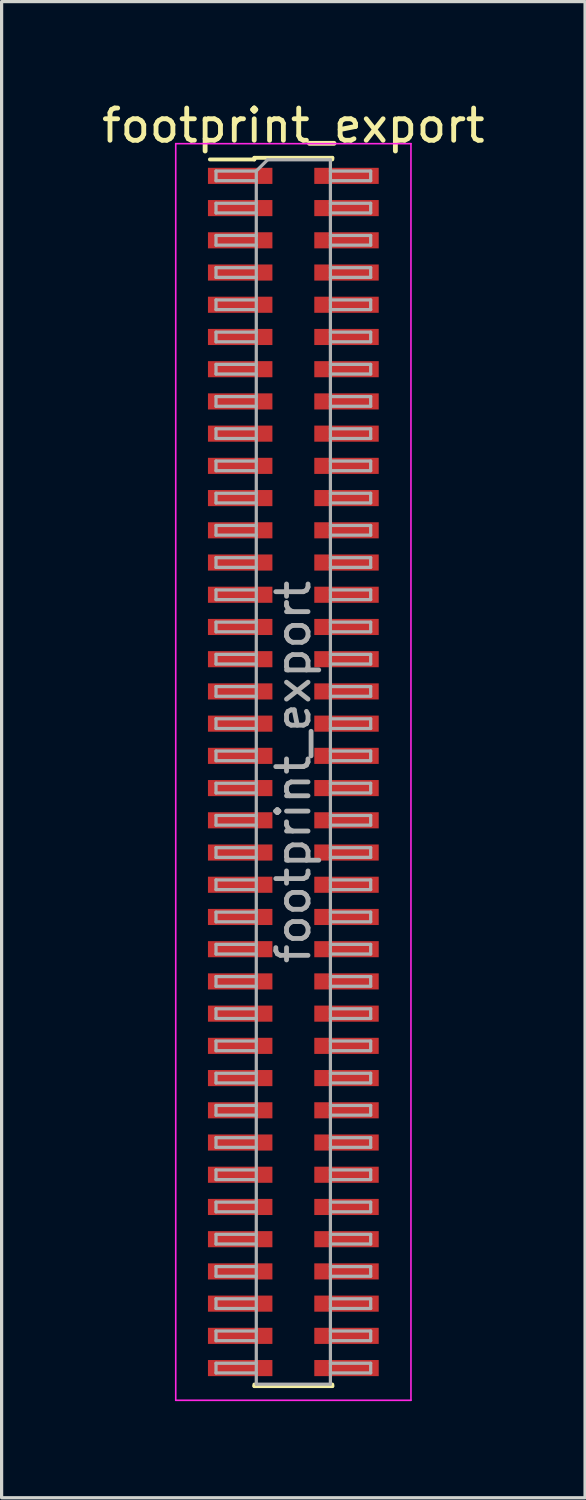
<source format=kicad_pcb>
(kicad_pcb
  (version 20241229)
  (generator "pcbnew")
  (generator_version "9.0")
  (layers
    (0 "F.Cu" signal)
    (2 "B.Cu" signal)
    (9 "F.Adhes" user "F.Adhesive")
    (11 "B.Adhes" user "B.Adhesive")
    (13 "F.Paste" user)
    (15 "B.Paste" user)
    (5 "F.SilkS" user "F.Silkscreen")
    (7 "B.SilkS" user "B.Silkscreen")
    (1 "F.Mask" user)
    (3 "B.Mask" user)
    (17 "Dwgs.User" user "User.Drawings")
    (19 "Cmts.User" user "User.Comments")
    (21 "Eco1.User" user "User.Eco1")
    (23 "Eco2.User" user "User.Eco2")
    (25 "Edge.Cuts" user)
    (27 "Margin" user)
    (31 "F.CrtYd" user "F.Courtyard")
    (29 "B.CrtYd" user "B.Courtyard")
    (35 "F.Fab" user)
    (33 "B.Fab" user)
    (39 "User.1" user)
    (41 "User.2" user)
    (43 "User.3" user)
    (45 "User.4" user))
  (footprint "footprint_export"
    (layer "F.Cu")
    (at 6.054 20.908)
    (property "Reference" "footprint_export" (at 0 -20.06 0) (layer "F.SilkS") (effects (font (size 1 1) (thickness 0.15))))
    (attr smd)
    (fp_line (start -2.59 -19.01) (end -1.21 -19.01) (stroke (width 0.12) (type solid)) (layer "F.SilkS"))
    (fp_line (start -1.21 -19.06) (end -1.21 -19.01) (stroke (width 0.12) (type solid)) (layer "F.SilkS"))
    (fp_line (start -1.21 -19.06) (end 1.21 -19.06) (stroke (width 0.12) (type solid)) (layer "F.SilkS"))
    (fp_line (start -1.21 19.01) (end -1.21 19.06) (stroke (width 0.12) (type solid)) (layer "F.SilkS"))
    (fp_line (start -1.21 19.06) (end 1.21 19.06) (stroke (width 0.12) (type solid)) (layer "F.SilkS"))
    (fp_line (start 1.21 -19.06) (end 1.21 -19.01) (stroke (width 0.12) (type solid)) (layer "F.SilkS"))
    (fp_line (start 1.21 19.01) (end 1.21 19.06) (stroke (width 0.12) (type solid)) (layer "F.SilkS"))
    (fp_line (start -3.65 -19.5) (end -3.65 19.5) (stroke (width 0.05) (type solid)) (layer "F.CrtYd"))
    (fp_line (start -3.65 19.5) (end 3.65 19.5) (stroke (width 0.05) (type solid)) (layer "F.CrtYd"))
    (fp_line (start 3.65 -19.5) (end -3.65 -19.5) (stroke (width 0.05) (type solid)) (layer "F.CrtYd"))
    (fp_line (start 3.65 19.5) (end 3.65 -19.5) (stroke (width 0.05) (type solid)) (layer "F.CrtYd"))
    (fp_line (start -2.4 -18.65) (end -2.4 -18.35) (stroke (width 0.1) (type solid)) (layer "F.Fab"))
    (fp_line (start -2.4 -18.35) (end -1.15 -18.35) (stroke (width 0.1) (type solid)) (layer "F.Fab"))
    (fp_line (start -2.4 -17.65) (end -2.4 -17.35) (stroke (width 0.1) (type solid)) (layer "F.Fab"))
    (fp_line (start -2.4 -17.35) (end -1.15 -17.35) (stroke (width 0.1) (type solid)) (layer "F.Fab"))
    (fp_line (start -2.4 -16.65) (end -2.4 -16.35) (stroke (width 0.1) (type solid)) (layer "F.Fab"))
    (fp_line (start -2.4 -16.35) (end -1.15 -16.35) (stroke (width 0.1) (type solid)) (layer "F.Fab"))
    (fp_line (start -2.4 -15.65) (end -2.4 -15.35) (stroke (width 0.1) (type solid)) (layer "F.Fab"))
    (fp_line (start -2.4 -15.35) (end -1.15 -15.35) (stroke (width 0.1) (type solid)) (layer "F.Fab"))
    (fp_line (start -2.4 -14.65) (end -2.4 -14.35) (stroke (width 0.1) (type solid)) (layer "F.Fab"))
    (fp_line (start -2.4 -14.35) (end -1.15 -14.35) (stroke (width 0.1) (type solid)) (layer "F.Fab"))
    (fp_line (start -2.4 -13.65) (end -2.4 -13.35) (stroke (width 0.1) (type solid)) (layer "F.Fab"))
    (fp_line (start -2.4 -13.35) (end -1.15 -13.35) (stroke (width 0.1) (type solid)) (layer "F.Fab"))
    (fp_line (start -2.4 -12.65) (end -2.4 -12.35) (stroke (width 0.1) (type solid)) (layer "F.Fab"))
    (fp_line (start -2.4 -12.35) (end -1.15 -12.35) (stroke (width 0.1) (type solid)) (layer "F.Fab"))
    (fp_line (start -2.4 -11.65) (end -2.4 -11.35) (stroke (width 0.1) (type solid)) (layer "F.Fab"))
    (fp_line (start -2.4 -11.35) (end -1.15 -11.35) (stroke (width 0.1) (type solid)) (layer "F.Fab"))
    (fp_line (start -2.4 -10.65) (end -2.4 -10.35) (stroke (width 0.1) (type solid)) (layer "F.Fab"))
    (fp_line (start -2.4 -10.35) (end -1.15 -10.35) (stroke (width 0.1) (type solid)) (layer "F.Fab"))
    (fp_line (start -2.4 -9.65) (end -2.4 -9.35) (stroke (width 0.1) (type solid)) (layer "F.Fab"))
    (fp_line (start -2.4 -9.35) (end -1.15 -9.35) (stroke (width 0.1) (type solid)) (layer "F.Fab"))
    (fp_line (start -2.4 -8.65) (end -2.4 -8.35) (stroke (width 0.1) (type solid)) (layer "F.Fab"))
    (fp_line (start -2.4 -8.35) (end -1.15 -8.35) (stroke (width 0.1) (type solid)) (layer "F.Fab"))
    (fp_line (start -2.4 -7.65) (end -2.4 -7.35) (stroke (width 0.1) (type solid)) (layer "F.Fab"))
    (fp_line (start -2.4 -7.35) (end -1.15 -7.35) (stroke (width 0.1) (type solid)) (layer "F.Fab"))
    (fp_line (start -2.4 -6.65) (end -2.4 -6.35) (stroke (width 0.1) (type solid)) (layer "F.Fab"))
    (fp_line (start -2.4 -6.35) (end -1.15 -6.35) (stroke (width 0.1) (type solid)) (layer "F.Fab"))
    (fp_line (start -2.4 -5.65) (end -2.4 -5.35) (stroke (width 0.1) (type solid)) (layer "F.Fab"))
    (fp_line (start -2.4 -5.35) (end -1.15 -5.35) (stroke (width 0.1) (type solid)) (layer "F.Fab"))
    (fp_line (start -2.4 -4.65) (end -2.4 -4.35) (stroke (width 0.1) (type solid)) (layer "F.Fab"))
    (fp_line (start -2.4 -4.35) (end -1.15 -4.35) (stroke (width 0.1) (type solid)) (layer "F.Fab"))
    (fp_line (start -2.4 -3.65) (end -2.4 -3.35) (stroke (width 0.1) (type solid)) (layer "F.Fab"))
    (fp_line (start -2.4 -3.35) (end -1.15 -3.35) (stroke (width 0.1) (type solid)) (layer "F.Fab"))
    (fp_line (start -2.4 -2.65) (end -2.4 -2.35) (stroke (width 0.1) (type solid)) (layer "F.Fab"))
    (fp_line (start -2.4 -2.35) (end -1.15 -2.35) (stroke (width 0.1) (type solid)) (layer "F.Fab"))
    (fp_line (start -2.4 -1.65) (end -2.4 -1.35) (stroke (width 0.1) (type solid)) (layer "F.Fab"))
    (fp_line (start -2.4 -1.35) (end -1.15 -1.35) (stroke (width 0.1) (type solid)) (layer "F.Fab"))
    (fp_line (start -2.4 -0.65) (end -2.4 -0.35) (stroke (width 0.1) (type solid)) (layer "F.Fab"))
    (fp_line (start -2.4 -0.35) (end -1.15 -0.35) (stroke (width 0.1) (type solid)) (layer "F.Fab"))
    (fp_line (start -2.4 0.35) (end -2.4 0.65) (stroke (width 0.1) (type solid)) (layer "F.Fab"))
    (fp_line (start -2.4 0.65) (end -1.15 0.65) (stroke (width 0.1) (type solid)) (layer "F.Fab"))
    (fp_line (start -2.4 1.35) (end -2.4 1.65) (stroke (width 0.1) (type solid)) (layer "F.Fab"))
    (fp_line (start -2.4 1.65) (end -1.15 1.65) (stroke (width 0.1) (type solid)) (layer "F.Fab"))
    (fp_line (start -2.4 2.35) (end -2.4 2.65) (stroke (width 0.1) (type solid)) (layer "F.Fab"))
    (fp_line (start -2.4 2.65) (end -1.15 2.65) (stroke (width 0.1) (type solid)) (layer "F.Fab"))
    (fp_line (start -2.4 3.35) (end -2.4 3.65) (stroke (width 0.1) (type solid)) (layer "F.Fab"))
    (fp_line (start -2.4 3.65) (end -1.15 3.65) (stroke (width 0.1) (type solid)) (layer "F.Fab"))
    (fp_line (start -2.4 4.35) (end -2.4 4.65) (stroke (width 0.1) (type solid)) (layer "F.Fab"))
    (fp_line (start -2.4 4.65) (end -1.15 4.65) (stroke (width 0.1) (type solid)) (layer "F.Fab"))
    (fp_line (start -2.4 5.35) (end -2.4 5.65) (stroke (width 0.1) (type solid)) (layer "F.Fab"))
    (fp_line (start -2.4 5.65) (end -1.15 5.65) (stroke (width 0.1) (type solid)) (layer "F.Fab"))
    (fp_line (start -2.4 6.35) (end -2.4 6.65) (stroke (width 0.1) (type solid)) (layer "F.Fab"))
    (fp_line (start -2.4 6.65) (end -1.15 6.65) (stroke (width 0.1) (type solid)) (layer "F.Fab"))
    (fp_line (start -2.4 7.35) (end -2.4 7.65) (stroke (width 0.1) (type solid)) (layer "F.Fab"))
    (fp_line (start -2.4 7.65) (end -1.15 7.65) (stroke (width 0.1) (type solid)) (layer "F.Fab"))
    (fp_line (start -2.4 8.35) (end -2.4 8.65) (stroke (width 0.1) (type solid)) (layer "F.Fab"))
    (fp_line (start -2.4 8.65) (end -1.15 8.65) (stroke (width 0.1) (type solid)) (layer "F.Fab"))
    (fp_line (start -2.4 9.35) (end -2.4 9.65) (stroke (width 0.1) (type solid)) (layer "F.Fab"))
    (fp_line (start -2.4 9.65) (end -1.15 9.65) (stroke (width 0.1) (type solid)) (layer "F.Fab"))
    (fp_line (start -2.4 10.35) (end -2.4 10.65) (stroke (width 0.1) (type solid)) (layer "F.Fab"))
    (fp_line (start -2.4 10.65) (end -1.15 10.65) (stroke (width 0.1) (type solid)) (layer "F.Fab"))
    (fp_line (start -2.4 11.35) (end -2.4 11.65) (stroke (width 0.1) (type solid)) (layer "F.Fab"))
    (fp_line (start -2.4 11.65) (end -1.15 11.65) (stroke (width 0.1) (type solid)) (layer "F.Fab"))
    (fp_line (start -2.4 12.35) (end -2.4 12.65) (stroke (width 0.1) (type solid)) (layer "F.Fab"))
    (fp_line (start -2.4 12.65) (end -1.15 12.65) (stroke (width 0.1) (type solid)) (layer "F.Fab"))
    (fp_line (start -2.4 13.35) (end -2.4 13.65) (stroke (width 0.1) (type solid)) (layer "F.Fab"))
    (fp_line (start -2.4 13.65) (end -1.15 13.65) (stroke (width 0.1) (type solid)) (layer "F.Fab"))
    (fp_line (start -2.4 14.35) (end -2.4 14.65) (stroke (width 0.1) (type solid)) (layer "F.Fab"))
    (fp_line (start -2.4 14.65) (end -1.15 14.65) (stroke (width 0.1) (type solid)) (layer "F.Fab"))
    (fp_line (start -2.4 15.35) (end -2.4 15.65) (stroke (width 0.1) (type solid)) (layer "F.Fab"))
    (fp_line (start -2.4 15.65) (end -1.15 15.65) (stroke (width 0.1) (type solid)) (layer "F.Fab"))
    (fp_line (start -2.4 16.35) (end -2.4 16.65) (stroke (width 0.1) (type solid)) (layer "F.Fab"))
    (fp_line (start -2.4 16.65) (end -1.15 16.65) (stroke (width 0.1) (type solid)) (layer "F.Fab"))
    (fp_line (start -2.4 17.35) (end -2.4 17.65) (stroke (width 0.1) (type solid)) (layer "F.Fab"))
    (fp_line (start -2.4 17.65) (end -1.15 17.65) (stroke (width 0.1) (type solid)) (layer "F.Fab"))
    (fp_line (start -2.4 18.35) (end -2.4 18.65) (stroke (width 0.1) (type solid)) (layer "F.Fab"))
    (fp_line (start -2.4 18.65) (end -1.15 18.65) (stroke (width 0.1) (type solid)) (layer "F.Fab"))
    (fp_line (start -1.15 -18.65) (end -2.4 -18.65) (stroke (width 0.1) (type solid)) (layer "F.Fab"))
    (fp_line (start -1.15 -18.65) (end -0.8 -19) (stroke (width 0.1) (type solid)) (layer "F.Fab"))
    (fp_line (start -1.15 -17.65) (end -2.4 -17.65) (stroke (width 0.1) (type solid)) (layer "F.Fab"))
    (fp_line (start -1.15 -16.65) (end -2.4 -16.65) (stroke (width 0.1) (type solid)) (layer "F.Fab"))
    (fp_line (start -1.15 -15.65) (end -2.4 -15.65) (stroke (width 0.1) (type solid)) (layer "F.Fab"))
    (fp_line (start -1.15 -14.65) (end -2.4 -14.65) (stroke (width 0.1) (type solid)) (layer "F.Fab"))
    (fp_line (start -1.15 -13.65) (end -2.4 -13.65) (stroke (width 0.1) (type solid)) (layer "F.Fab"))
    (fp_line (start -1.15 -12.65) (end -2.4 -12.65) (stroke (width 0.1) (type solid)) (layer "F.Fab"))
    (fp_line (start -1.15 -11.65) (end -2.4 -11.65) (stroke (width 0.1) (type solid)) (layer "F.Fab"))
    (fp_line (start -1.15 -10.65) (end -2.4 -10.65) (stroke (width 0.1) (type solid)) (layer "F.Fab"))
    (fp_line (start -1.15 -9.65) (end -2.4 -9.65) (stroke (width 0.1) (type solid)) (layer "F.Fab"))
    (fp_line (start -1.15 -8.65) (end -2.4 -8.65) (stroke (width 0.1) (type solid)) (layer "F.Fab"))
    (fp_line (start -1.15 -7.65) (end -2.4 -7.65) (stroke (width 0.1) (type solid)) (layer "F.Fab"))
    (fp_line (start -1.15 -6.65) (end -2.4 -6.65) (stroke (width 0.1) (type solid)) (layer "F.Fab"))
    (fp_line (start -1.15 -5.65) (end -2.4 -5.65) (stroke (width 0.1) (type solid)) (layer "F.Fab"))
    (fp_line (start -1.15 -4.65) (end -2.4 -4.65) (stroke (width 0.1) (type solid)) (layer "F.Fab"))
    (fp_line (start -1.15 -3.65) (end -2.4 -3.65) (stroke (width 0.1) (type solid)) (layer "F.Fab"))
    (fp_line (start -1.15 -2.65) (end -2.4 -2.65) (stroke (width 0.1) (type solid)) (layer "F.Fab"))
    (fp_line (start -1.15 -1.65) (end -2.4 -1.65) (stroke (width 0.1) (type solid)) (layer "F.Fab"))
    (fp_line (start -1.15 -0.65) (end -2.4 -0.65) (stroke (width 0.1) (type solid)) (layer "F.Fab"))
    (fp_line (start -1.15 0.35) (end -2.4 0.35) (stroke (width 0.1) (type solid)) (layer "F.Fab"))
    (fp_line (start -1.15 1.35) (end -2.4 1.35) (stroke (width 0.1) (type solid)) (layer "F.Fab"))
    (fp_line (start -1.15 2.35) (end -2.4 2.35) (stroke (width 0.1) (type solid)) (layer "F.Fab"))
    (fp_line (start -1.15 3.35) (end -2.4 3.35) (stroke (width 0.1) (type solid)) (layer "F.Fab"))
    (fp_line (start -1.15 4.35) (end -2.4 4.35) (stroke (width 0.1) (type solid)) (layer "F.Fab"))
    (fp_line (start -1.15 5.35) (end -2.4 5.35) (stroke (width 0.1) (type solid)) (layer "F.Fab"))
    (fp_line (start -1.15 6.35) (end -2.4 6.35) (stroke (width 0.1) (type solid)) (layer "F.Fab"))
    (fp_line (start -1.15 7.35) (end -2.4 7.35) (stroke (width 0.1) (type solid)) (layer "F.Fab"))
    (fp_line (start -1.15 8.35) (end -2.4 8.35) (stroke (width 0.1) (type solid)) (layer "F.Fab"))
    (fp_line (start -1.15 9.35) (end -2.4 9.35) (stroke (width 0.1) (type solid)) (layer "F.Fab"))
    (fp_line (start -1.15 10.35) (end -2.4 10.35) (stroke (width 0.1) (type solid)) (layer "F.Fab"))
    (fp_line (start -1.15 11.35) (end -2.4 11.35) (stroke (width 0.1) (type solid)) (layer "F.Fab"))
    (fp_line (start -1.15 12.35) (end -2.4 12.35) (stroke (width 0.1) (type solid)) (layer "F.Fab"))
    (fp_line (start -1.15 13.35) (end -2.4 13.35) (stroke (width 0.1) (type solid)) (layer "F.Fab"))
    (fp_line (start -1.15 14.35) (end -2.4 14.35) (stroke (width 0.1) (type solid)) (layer "F.Fab"))
    (fp_line (start -1.15 15.35) (end -2.4 15.35) (stroke (width 0.1) (type solid)) (layer "F.Fab"))
    (fp_line (start -1.15 16.35) (end -2.4 16.35) (stroke (width 0.1) (type solid)) (layer "F.Fab"))
    (fp_line (start -1.15 17.35) (end -2.4 17.35) (stroke (width 0.1) (type solid)) (layer "F.Fab"))
    (fp_line (start -1.15 18.35) (end -2.4 18.35) (stroke (width 0.1) (type solid)) (layer "F.Fab"))
    (fp_line (start -1.15 19) (end -1.15 -18.65) (stroke (width 0.1) (type solid)) (layer "F.Fab"))
    (fp_line (start -0.8 -19) (end 1.15 -19) (stroke (width 0.1) (type solid)) (layer "F.Fab"))
    (fp_line (start 1.15 -19) (end 1.15 19) (stroke (width 0.1) (type solid)) (layer "F.Fab"))
    (fp_line (start 1.15 -18.65) (end 2.4 -18.65) (stroke (width 0.1) (type solid)) (layer "F.Fab"))
    (fp_line (start 1.15 -17.65) (end 2.4 -17.65) (stroke (width 0.1) (type solid)) (layer "F.Fab"))
    (fp_line (start 1.15 -16.65) (end 2.4 -16.65) (stroke (width 0.1) (type solid)) (layer "F.Fab"))
    (fp_line (start 1.15 -15.65) (end 2.4 -15.65) (stroke (width 0.1) (type solid)) (layer "F.Fab"))
    (fp_line (start 1.15 -14.65) (end 2.4 -14.65) (stroke (width 0.1) (type solid)) (layer "F.Fab"))
    (fp_line (start 1.15 -13.65) (end 2.4 -13.65) (stroke (width 0.1) (type solid)) (layer "F.Fab"))
    (fp_line (start 1.15 -12.65) (end 2.4 -12.65) (stroke (width 0.1) (type solid)) (layer "F.Fab"))
    (fp_line (start 1.15 -11.65) (end 2.4 -11.65) (stroke (width 0.1) (type solid)) (layer "F.Fab"))
    (fp_line (start 1.15 -10.65) (end 2.4 -10.65) (stroke (width 0.1) (type solid)) (layer "F.Fab"))
    (fp_line (start 1.15 -9.65) (end 2.4 -9.65) (stroke (width 0.1) (type solid)) (layer "F.Fab"))
    (fp_line (start 1.15 -8.65) (end 2.4 -8.65) (stroke (width 0.1) (type solid)) (layer "F.Fab"))
    (fp_line (start 1.15 -7.65) (end 2.4 -7.65) (stroke (width 0.1) (type solid)) (layer "F.Fab"))
    (fp_line (start 1.15 -6.65) (end 2.4 -6.65) (stroke (width 0.1) (type solid)) (layer "F.Fab"))
    (fp_line (start 1.15 -5.65) (end 2.4 -5.65) (stroke (width 0.1) (type solid)) (layer "F.Fab"))
    (fp_line (start 1.15 -4.65) (end 2.4 -4.65) (stroke (width 0.1) (type solid)) (layer "F.Fab"))
    (fp_line (start 1.15 -3.65) (end 2.4 -3.65) (stroke (width 0.1) (type solid)) (layer "F.Fab"))
    (fp_line (start 1.15 -2.65) (end 2.4 -2.65) (stroke (width 0.1) (type solid)) (layer "F.Fab"))
    (fp_line (start 1.15 -1.65) (end 2.4 -1.65) (stroke (width 0.1) (type solid)) (layer "F.Fab"))
    (fp_line (start 1.15 -0.65) (end 2.4 -0.65) (stroke (width 0.1) (type solid)) (layer "F.Fab"))
    (fp_line (start 1.15 0.35) (end 2.4 0.35) (stroke (width 0.1) (type solid)) (layer "F.Fab"))
    (fp_line (start 1.15 1.35) (end 2.4 1.35) (stroke (width 0.1) (type solid)) (layer "F.Fab"))
    (fp_line (start 1.15 2.35) (end 2.4 2.35) (stroke (width 0.1) (type solid)) (layer "F.Fab"))
    (fp_line (start 1.15 3.35) (end 2.4 3.35) (stroke (width 0.1) (type solid)) (layer "F.Fab"))
    (fp_line (start 1.15 4.35) (end 2.4 4.35) (stroke (width 0.1) (type solid)) (layer "F.Fab"))
    (fp_line (start 1.15 5.35) (end 2.4 5.35) (stroke (width 0.1) (type solid)) (layer "F.Fab"))
    (fp_line (start 1.15 6.35) (end 2.4 6.35) (stroke (width 0.1) (type solid)) (layer "F.Fab"))
    (fp_line (start 1.15 7.35) (end 2.4 7.35) (stroke (width 0.1) (type solid)) (layer "F.Fab"))
    (fp_line (start 1.15 8.35) (end 2.4 8.35) (stroke (width 0.1) (type solid)) (layer "F.Fab"))
    (fp_line (start 1.15 9.35) (end 2.4 9.35) (stroke (width 0.1) (type solid)) (layer "F.Fab"))
    (fp_line (start 1.15 10.35) (end 2.4 10.35) (stroke (width 0.1) (type solid)) (layer "F.Fab"))
    (fp_line (start 1.15 11.35) (end 2.4 11.35) (stroke (width 0.1) (type solid)) (layer "F.Fab"))
    (fp_line (start 1.15 12.35) (end 2.4 12.35) (stroke (width 0.1) (type solid)) (layer "F.Fab"))
    (fp_line (start 1.15 13.35) (end 2.4 13.35) (stroke (width 0.1) (type solid)) (layer "F.Fab"))
    (fp_line (start 1.15 14.35) (end 2.4 14.35) (stroke (width 0.1) (type solid)) (layer "F.Fab"))
    (fp_line (start 1.15 15.35) (end 2.4 15.35) (stroke (width 0.1) (type solid)) (layer "F.Fab"))
    (fp_line (start 1.15 16.35) (end 2.4 16.35) (stroke (width 0.1) (type solid)) (layer "F.Fab"))
    (fp_line (start 1.15 17.35) (end 2.4 17.35) (stroke (width 0.1) (type solid)) (layer "F.Fab"))
    (fp_line (start 1.15 18.35) (end 2.4 18.35) (stroke (width 0.1) (type solid)) (layer "F.Fab"))
    (fp_line (start 1.15 19) (end -1.15 19) (stroke (width 0.1) (type solid)) (layer "F.Fab"))
    (fp_line (start 2.4 -18.65) (end 2.4 -18.35) (stroke (width 0.1) (type solid)) (layer "F.Fab"))
    (fp_line (start 2.4 -18.35) (end 1.15 -18.35) (stroke (width 0.1) (type solid)) (layer "F.Fab"))
    (fp_line (start 2.4 -17.65) (end 2.4 -17.35) (stroke (width 0.1) (type solid)) (layer "F.Fab"))
    (fp_line (start 2.4 -17.35) (end 1.15 -17.35) (stroke (width 0.1) (type solid)) (layer "F.Fab"))
    (fp_line (start 2.4 -16.65) (end 2.4 -16.35) (stroke (width 0.1) (type solid)) (layer "F.Fab"))
    (fp_line (start 2.4 -16.35) (end 1.15 -16.35) (stroke (width 0.1) (type solid)) (layer "F.Fab"))
    (fp_line (start 2.4 -15.65) (end 2.4 -15.35) (stroke (width 0.1) (type solid)) (layer "F.Fab"))
    (fp_line (start 2.4 -15.35) (end 1.15 -15.35) (stroke (width 0.1) (type solid)) (layer "F.Fab"))
    (fp_line (start 2.4 -14.65) (end 2.4 -14.35) (stroke (width 0.1) (type solid)) (layer "F.Fab"))
    (fp_line (start 2.4 -14.35) (end 1.15 -14.35) (stroke (width 0.1) (type solid)) (layer "F.Fab"))
    (fp_line (start 2.4 -13.65) (end 2.4 -13.35) (stroke (width 0.1) (type solid)) (layer "F.Fab"))
    (fp_line (start 2.4 -13.35) (end 1.15 -13.35) (stroke (width 0.1) (type solid)) (layer "F.Fab"))
    (fp_line (start 2.4 -12.65) (end 2.4 -12.35) (stroke (width 0.1) (type solid)) (layer "F.Fab"))
    (fp_line (start 2.4 -12.35) (end 1.15 -12.35) (stroke (width 0.1) (type solid)) (layer "F.Fab"))
    (fp_line (start 2.4 -11.65) (end 2.4 -11.35) (stroke (width 0.1) (type solid)) (layer "F.Fab"))
    (fp_line (start 2.4 -11.35) (end 1.15 -11.35) (stroke (width 0.1) (type solid)) (layer "F.Fab"))
    (fp_line (start 2.4 -10.65) (end 2.4 -10.35) (stroke (width 0.1) (type solid)) (layer "F.Fab"))
    (fp_line (start 2.4 -10.35) (end 1.15 -10.35) (stroke (width 0.1) (type solid)) (layer "F.Fab"))
    (fp_line (start 2.4 -9.65) (end 2.4 -9.35) (stroke (width 0.1) (type solid)) (layer "F.Fab"))
    (fp_line (start 2.4 -9.35) (end 1.15 -9.35) (stroke (width 0.1) (type solid)) (layer "F.Fab"))
    (fp_line (start 2.4 -8.65) (end 2.4 -8.35) (stroke (width 0.1) (type solid)) (layer "F.Fab"))
    (fp_line (start 2.4 -8.35) (end 1.15 -8.35) (stroke (width 0.1) (type solid)) (layer "F.Fab"))
    (fp_line (start 2.4 -7.65) (end 2.4 -7.35) (stroke (width 0.1) (type solid)) (layer "F.Fab"))
    (fp_line (start 2.4 -7.35) (end 1.15 -7.35) (stroke (width 0.1) (type solid)) (layer "F.Fab"))
    (fp_line (start 2.4 -6.65) (end 2.4 -6.35) (stroke (width 0.1) (type solid)) (layer "F.Fab"))
    (fp_line (start 2.4 -6.35) (end 1.15 -6.35) (stroke (width 0.1) (type solid)) (layer "F.Fab"))
    (fp_line (start 2.4 -5.65) (end 2.4 -5.35) (stroke (width 0.1) (type solid)) (layer "F.Fab"))
    (fp_line (start 2.4 -5.35) (end 1.15 -5.35) (stroke (width 0.1) (type solid)) (layer "F.Fab"))
    (fp_line (start 2.4 -4.65) (end 2.4 -4.35) (stroke (width 0.1) (type solid)) (layer "F.Fab"))
    (fp_line (start 2.4 -4.35) (end 1.15 -4.35) (stroke (width 0.1) (type solid)) (layer "F.Fab"))
    (fp_line (start 2.4 -3.65) (end 2.4 -3.35) (stroke (width 0.1) (type solid)) (layer "F.Fab"))
    (fp_line (start 2.4 -3.35) (end 1.15 -3.35) (stroke (width 0.1) (type solid)) (layer "F.Fab"))
    (fp_line (start 2.4 -2.65) (end 2.4 -2.35) (stroke (width 0.1) (type solid)) (layer "F.Fab"))
    (fp_line (start 2.4 -2.35) (end 1.15 -2.35) (stroke (width 0.1) (type solid)) (layer "F.Fab"))
    (fp_line (start 2.4 -1.65) (end 2.4 -1.35) (stroke (width 0.1) (type solid)) (layer "F.Fab"))
    (fp_line (start 2.4 -1.35) (end 1.15 -1.35) (stroke (width 0.1) (type solid)) (layer "F.Fab"))
    (fp_line (start 2.4 -0.65) (end 2.4 -0.35) (stroke (width 0.1) (type solid)) (layer "F.Fab"))
    (fp_line (start 2.4 -0.35) (end 1.15 -0.35) (stroke (width 0.1) (type solid)) (layer "F.Fab"))
    (fp_line (start 2.4 0.35) (end 2.4 0.65) (stroke (width 0.1) (type solid)) (layer "F.Fab"))
    (fp_line (start 2.4 0.65) (end 1.15 0.65) (stroke (width 0.1) (type solid)) (layer "F.Fab"))
    (fp_line (start 2.4 1.35) (end 2.4 1.65) (stroke (width 0.1) (type solid)) (layer "F.Fab"))
    (fp_line (start 2.4 1.65) (end 1.15 1.65) (stroke (width 0.1) (type solid)) (layer "F.Fab"))
    (fp_line (start 2.4 2.35) (end 2.4 2.65) (stroke (width 0.1) (type solid)) (layer "F.Fab"))
    (fp_line (start 2.4 2.65) (end 1.15 2.65) (stroke (width 0.1) (type solid)) (layer "F.Fab"))
    (fp_line (start 2.4 3.35) (end 2.4 3.65) (stroke (width 0.1) (type solid)) (layer "F.Fab"))
    (fp_line (start 2.4 3.65) (end 1.15 3.65) (stroke (width 0.1) (type solid)) (layer "F.Fab"))
    (fp_line (start 2.4 4.35) (end 2.4 4.65) (stroke (width 0.1) (type solid)) (layer "F.Fab"))
    (fp_line (start 2.4 4.65) (end 1.15 4.65) (stroke (width 0.1) (type solid)) (layer "F.Fab"))
    (fp_line (start 2.4 5.35) (end 2.4 5.65) (stroke (width 0.1) (type solid)) (layer "F.Fab"))
    (fp_line (start 2.4 5.65) (end 1.15 5.65) (stroke (width 0.1) (type solid)) (layer "F.Fab"))
    (fp_line (start 2.4 6.35) (end 2.4 6.65) (stroke (width 0.1) (type solid)) (layer "F.Fab"))
    (fp_line (start 2.4 6.65) (end 1.15 6.65) (stroke (width 0.1) (type solid)) (layer "F.Fab"))
    (fp_line (start 2.4 7.35) (end 2.4 7.65) (stroke (width 0.1) (type solid)) (layer "F.Fab"))
    (fp_line (start 2.4 7.65) (end 1.15 7.65) (stroke (width 0.1) (type solid)) (layer "F.Fab"))
    (fp_line (start 2.4 8.35) (end 2.4 8.65) (stroke (width 0.1) (type solid)) (layer "F.Fab"))
    (fp_line (start 2.4 8.65) (end 1.15 8.65) (stroke (width 0.1) (type solid)) (layer "F.Fab"))
    (fp_line (start 2.4 9.35) (end 2.4 9.65) (stroke (width 0.1) (type solid)) (layer "F.Fab"))
    (fp_line (start 2.4 9.65) (end 1.15 9.65) (stroke (width 0.1) (type solid)) (layer "F.Fab"))
    (fp_line (start 2.4 10.35) (end 2.4 10.65) (stroke (width 0.1) (type solid)) (layer "F.Fab"))
    (fp_line (start 2.4 10.65) (end 1.15 10.65) (stroke (width 0.1) (type solid)) (layer "F.Fab"))
    (fp_line (start 2.4 11.35) (end 2.4 11.65) (stroke (width 0.1) (type solid)) (layer "F.Fab"))
    (fp_line (start 2.4 11.65) (end 1.15 11.65) (stroke (width 0.1) (type solid)) (layer "F.Fab"))
    (fp_line (start 2.4 12.35) (end 2.4 12.65) (stroke (width 0.1) (type solid)) (layer "F.Fab"))
    (fp_line (start 2.4 12.65) (end 1.15 12.65) (stroke (width 0.1) (type solid)) (layer "F.Fab"))
    (fp_line (start 2.4 13.35) (end 2.4 13.65) (stroke (width 0.1) (type solid)) (layer "F.Fab"))
    (fp_line (start 2.4 13.65) (end 1.15 13.65) (stroke (width 0.1) (type solid)) (layer "F.Fab"))
    (fp_line (start 2.4 14.35) (end 2.4 14.65) (stroke (width 0.1) (type solid)) (layer "F.Fab"))
    (fp_line (start 2.4 14.65) (end 1.15 14.65) (stroke (width 0.1) (type solid)) (layer "F.Fab"))
    (fp_line (start 2.4 15.35) (end 2.4 15.65) (stroke (width 0.1) (type solid)) (layer "F.Fab"))
    (fp_line (start 2.4 15.65) (end 1.15 15.65) (stroke (width 0.1) (type solid)) (layer "F.Fab"))
    (fp_line (start 2.4 16.35) (end 2.4 16.65) (stroke (width 0.1) (type solid)) (layer "F.Fab"))
    (fp_line (start 2.4 16.65) (end 1.15 16.65) (stroke (width 0.1) (type solid)) (layer "F.Fab"))
    (fp_line (start 2.4 17.35) (end 2.4 17.65) (stroke (width 0.1) (type solid)) (layer "F.Fab"))
    (fp_line (start 2.4 17.65) (end 1.15 17.65) (stroke (width 0.1) (type solid)) (layer "F.Fab"))
    (fp_line (start 2.4 18.35) (end 2.4 18.65) (stroke (width 0.1) (type solid)) (layer "F.Fab"))
    (fp_line (start 2.4 18.65) (end 1.15 18.65) (stroke (width 0.1) (type solid)) (layer "F.Fab"))
    (fp_text user "${REFERENCE}" (at 0 0 90) (layer "F.Fab") (effects (font (size 1 1) (thickness 0.15))))
    (pad "1" smd rect (at -1.65 -18.5) (size 2 0.5) (layers "F.Cu" "F.Mask" "F.Paste"))
    (pad "2" smd rect (at 1.65 -18.5) (size 2 0.5) (layers "F.Cu" "F.Mask" "F.Paste"))
    (pad "3" smd rect (at -1.65 -17.5) (size 2 0.5) (layers "F.Cu" "F.Mask" "F.Paste"))
    (pad "4" smd rect (at 1.65 -17.5) (size 2 0.5) (layers "F.Cu" "F.Mask" "F.Paste"))
    (pad "5" smd rect (at -1.65 -16.5) (size 2 0.5) (layers "F.Cu" "F.Mask" "F.Paste"))
    (pad "6" smd rect (at 1.65 -16.5) (size 2 0.5) (layers "F.Cu" "F.Mask" "F.Paste"))
    (pad "7" smd rect (at -1.65 -15.5) (size 2 0.5) (layers "F.Cu" "F.Mask" "F.Paste"))
    (pad "8" smd rect (at 1.65 -15.5) (size 2 0.5) (layers "F.Cu" "F.Mask" "F.Paste"))
    (pad "9" smd rect (at -1.65 -14.5) (size 2 0.5) (layers "F.Cu" "F.Mask" "F.Paste"))
    (pad "10" smd rect (at 1.65 -14.5) (size 2 0.5) (layers "F.Cu" "F.Mask" "F.Paste"))
    (pad "11" smd rect (at -1.65 -13.5) (size 2 0.5) (layers "F.Cu" "F.Mask" "F.Paste"))
    (pad "12" smd rect (at 1.65 -13.5) (size 2 0.5) (layers "F.Cu" "F.Mask" "F.Paste"))
    (pad "13" smd rect (at -1.65 -12.5) (size 2 0.5) (layers "F.Cu" "F.Mask" "F.Paste"))
    (pad "14" smd rect (at 1.65 -12.5) (size 2 0.5) (layers "F.Cu" "F.Mask" "F.Paste"))
    (pad "15" smd rect (at -1.65 -11.5) (size 2 0.5) (layers "F.Cu" "F.Mask" "F.Paste"))
    (pad "16" smd rect (at 1.65 -11.5) (size 2 0.5) (layers "F.Cu" "F.Mask" "F.Paste"))
    (pad "17" smd rect (at -1.65 -10.5) (size 2 0.5) (layers "F.Cu" "F.Mask" "F.Paste"))
    (pad "18" smd rect (at 1.65 -10.5) (size 2 0.5) (layers "F.Cu" "F.Mask" "F.Paste"))
    (pad "19" smd rect (at -1.65 -9.5) (size 2 0.5) (layers "F.Cu" "F.Mask" "F.Paste"))
    (pad "20" smd rect (at 1.65 -9.5) (size 2 0.5) (layers "F.Cu" "F.Mask" "F.Paste"))
    (pad "21" smd rect (at -1.65 -8.5) (size 2 0.5) (layers "F.Cu" "F.Mask" "F.Paste"))
    (pad "22" smd rect (at 1.65 -8.5) (size 2 0.5) (layers "F.Cu" "F.Mask" "F.Paste"))
    (pad "23" smd rect (at -1.65 -7.5) (size 2 0.5) (layers "F.Cu" "F.Mask" "F.Paste"))
    (pad "24" smd rect (at 1.65 -7.5) (size 2 0.5) (layers "F.Cu" "F.Mask" "F.Paste"))
    (pad "25" smd rect (at -1.65 -6.5) (size 2 0.5) (layers "F.Cu" "F.Mask" "F.Paste"))
    (pad "26" smd rect (at 1.65 -6.5) (size 2 0.5) (layers "F.Cu" "F.Mask" "F.Paste"))
    (pad "27" smd rect (at -1.65 -5.5) (size 2 0.5) (layers "F.Cu" "F.Mask" "F.Paste"))
    (pad "28" smd rect (at 1.65 -5.5) (size 2 0.5) (layers "F.Cu" "F.Mask" "F.Paste"))
    (pad "29" smd rect (at -1.65 -4.5) (size 2 0.5) (layers "F.Cu" "F.Mask" "F.Paste"))
    (pad "30" smd rect (at 1.65 -4.5) (size 2 0.5) (layers "F.Cu" "F.Mask" "F.Paste"))
    (pad "31" smd rect (at -1.65 -3.5) (size 2 0.5) (layers "F.Cu" "F.Mask" "F.Paste"))
    (pad "32" smd rect (at 1.65 -3.5) (size 2 0.5) (layers "F.Cu" "F.Mask" "F.Paste"))
    (pad "33" smd rect (at -1.65 -2.5) (size 2 0.5) (layers "F.Cu" "F.Mask" "F.Paste"))
    (pad "34" smd rect (at 1.65 -2.5) (size 2 0.5) (layers "F.Cu" "F.Mask" "F.Paste"))
    (pad "35" smd rect (at -1.65 -1.5) (size 2 0.5) (layers "F.Cu" "F.Mask" "F.Paste"))
    (pad "36" smd rect (at 1.65 -1.5) (size 2 0.5) (layers "F.Cu" "F.Mask" "F.Paste"))
    (pad "37" smd rect (at -1.65 -0.5) (size 2 0.5) (layers "F.Cu" "F.Mask" "F.Paste"))
    (pad "38" smd rect (at 1.65 -0.5) (size 2 0.5) (layers "F.Cu" "F.Mask" "F.Paste"))
    (pad "39" smd rect (at -1.65 0.5) (size 2 0.5) (layers "F.Cu" "F.Mask" "F.Paste"))
    (pad "40" smd rect (at 1.65 0.5) (size 2 0.5) (layers "F.Cu" "F.Mask" "F.Paste"))
    (pad "41" smd rect (at -1.65 1.5) (size 2 0.5) (layers "F.Cu" "F.Mask" "F.Paste"))
    (pad "42" smd rect (at 1.65 1.5) (size 2 0.5) (layers "F.Cu" "F.Mask" "F.Paste"))
    (pad "43" smd rect (at -1.65 2.5) (size 2 0.5) (layers "F.Cu" "F.Mask" "F.Paste"))
    (pad "44" smd rect (at 1.65 2.5) (size 2 0.5) (layers "F.Cu" "F.Mask" "F.Paste"))
    (pad "45" smd rect (at -1.65 3.5) (size 2 0.5) (layers "F.Cu" "F.Mask" "F.Paste"))
    (pad "46" smd rect (at 1.65 3.5) (size 2 0.5) (layers "F.Cu" "F.Mask" "F.Paste"))
    (pad "47" smd rect (at -1.65 4.5) (size 2 0.5) (layers "F.Cu" "F.Mask" "F.Paste"))
    (pad "48" smd rect (at 1.65 4.5) (size 2 0.5) (layers "F.Cu" "F.Mask" "F.Paste"))
    (pad "49" smd rect (at -1.65 5.5) (size 2 0.5) (layers "F.Cu" "F.Mask" "F.Paste"))
    (pad "50" smd rect (at 1.65 5.5) (size 2 0.5) (layers "F.Cu" "F.Mask" "F.Paste"))
    (pad "51" smd rect (at -1.65 6.5) (size 2 0.5) (layers "F.Cu" "F.Mask" "F.Paste"))
    (pad "52" smd rect (at 1.65 6.5) (size 2 0.5) (layers "F.Cu" "F.Mask" "F.Paste"))
    (pad "53" smd rect (at -1.65 7.5) (size 2 0.5) (layers "F.Cu" "F.Mask" "F.Paste"))
    (pad "54" smd rect (at 1.65 7.5) (size 2 0.5) (layers "F.Cu" "F.Mask" "F.Paste"))
    (pad "55" smd rect (at -1.65 8.5) (size 2 0.5) (layers "F.Cu" "F.Mask" "F.Paste"))
    (pad "56" smd rect (at 1.65 8.5) (size 2 0.5) (layers "F.Cu" "F.Mask" "F.Paste"))
    (pad "57" smd rect (at -1.65 9.5) (size 2 0.5) (layers "F.Cu" "F.Mask" "F.Paste"))
    (pad "58" smd rect (at 1.65 9.5) (size 2 0.5) (layers "F.Cu" "F.Mask" "F.Paste"))
    (pad "59" smd rect (at -1.65 10.5) (size 2 0.5) (layers "F.Cu" "F.Mask" "F.Paste"))
    (pad "60" smd rect (at 1.65 10.5) (size 2 0.5) (layers "F.Cu" "F.Mask" "F.Paste"))
    (pad "61" smd rect (at -1.65 11.5) (size 2 0.5) (layers "F.Cu" "F.Mask" "F.Paste"))
    (pad "62" smd rect (at 1.65 11.5) (size 2 0.5) (layers "F.Cu" "F.Mask" "F.Paste"))
    (pad "63" smd rect (at -1.65 12.5) (size 2 0.5) (layers "F.Cu" "F.Mask" "F.Paste"))
    (pad "64" smd rect (at 1.65 12.5) (size 2 0.5) (layers "F.Cu" "F.Mask" "F.Paste"))
    (pad "65" smd rect (at -1.65 13.5) (size 2 0.5) (layers "F.Cu" "F.Mask" "F.Paste"))
    (pad "66" smd rect (at 1.65 13.5) (size 2 0.5) (layers "F.Cu" "F.Mask" "F.Paste"))
    (pad "67" smd rect (at -1.65 14.5) (size 2 0.5) (layers "F.Cu" "F.Mask" "F.Paste"))
    (pad "68" smd rect (at 1.65 14.5) (size 2 0.5) (layers "F.Cu" "F.Mask" "F.Paste"))
    (pad "69" smd rect (at -1.65 15.5) (size 2 0.5) (layers "F.Cu" "F.Mask" "F.Paste"))
    (pad "70" smd rect (at 1.65 15.5) (size 2 0.5) (layers "F.Cu" "F.Mask" "F.Paste"))
    (pad "71" smd rect (at -1.65 16.5) (size 2 0.5) (layers "F.Cu" "F.Mask" "F.Paste"))
    (pad "72" smd rect (at 1.65 16.5) (size 2 0.5) (layers "F.Cu" "F.Mask" "F.Paste"))
    (pad "73" smd rect (at -1.65 17.5) (size 2 0.5) (layers "F.Cu" "F.Mask" "F.Paste"))
    (pad "74" smd rect (at 1.65 17.5) (size 2 0.5) (layers "F.Cu" "F.Mask" "F.Paste"))
    (pad "75" smd rect (at -1.65 18.5) (size 2 0.5) (layers "F.Cu" "F.Mask" "F.Paste"))
    (pad "76" smd rect (at 1.65 18.5) (size 2 0.5) (layers "F.Cu" "F.Mask" "F.Paste")))
  (gr_rect
    (start -3 -3)
    (end 15.107 43.433)
    (stroke (width 0.1) (type default))
    (fill no)
    (layer "Edge.Cuts")))
</source>
